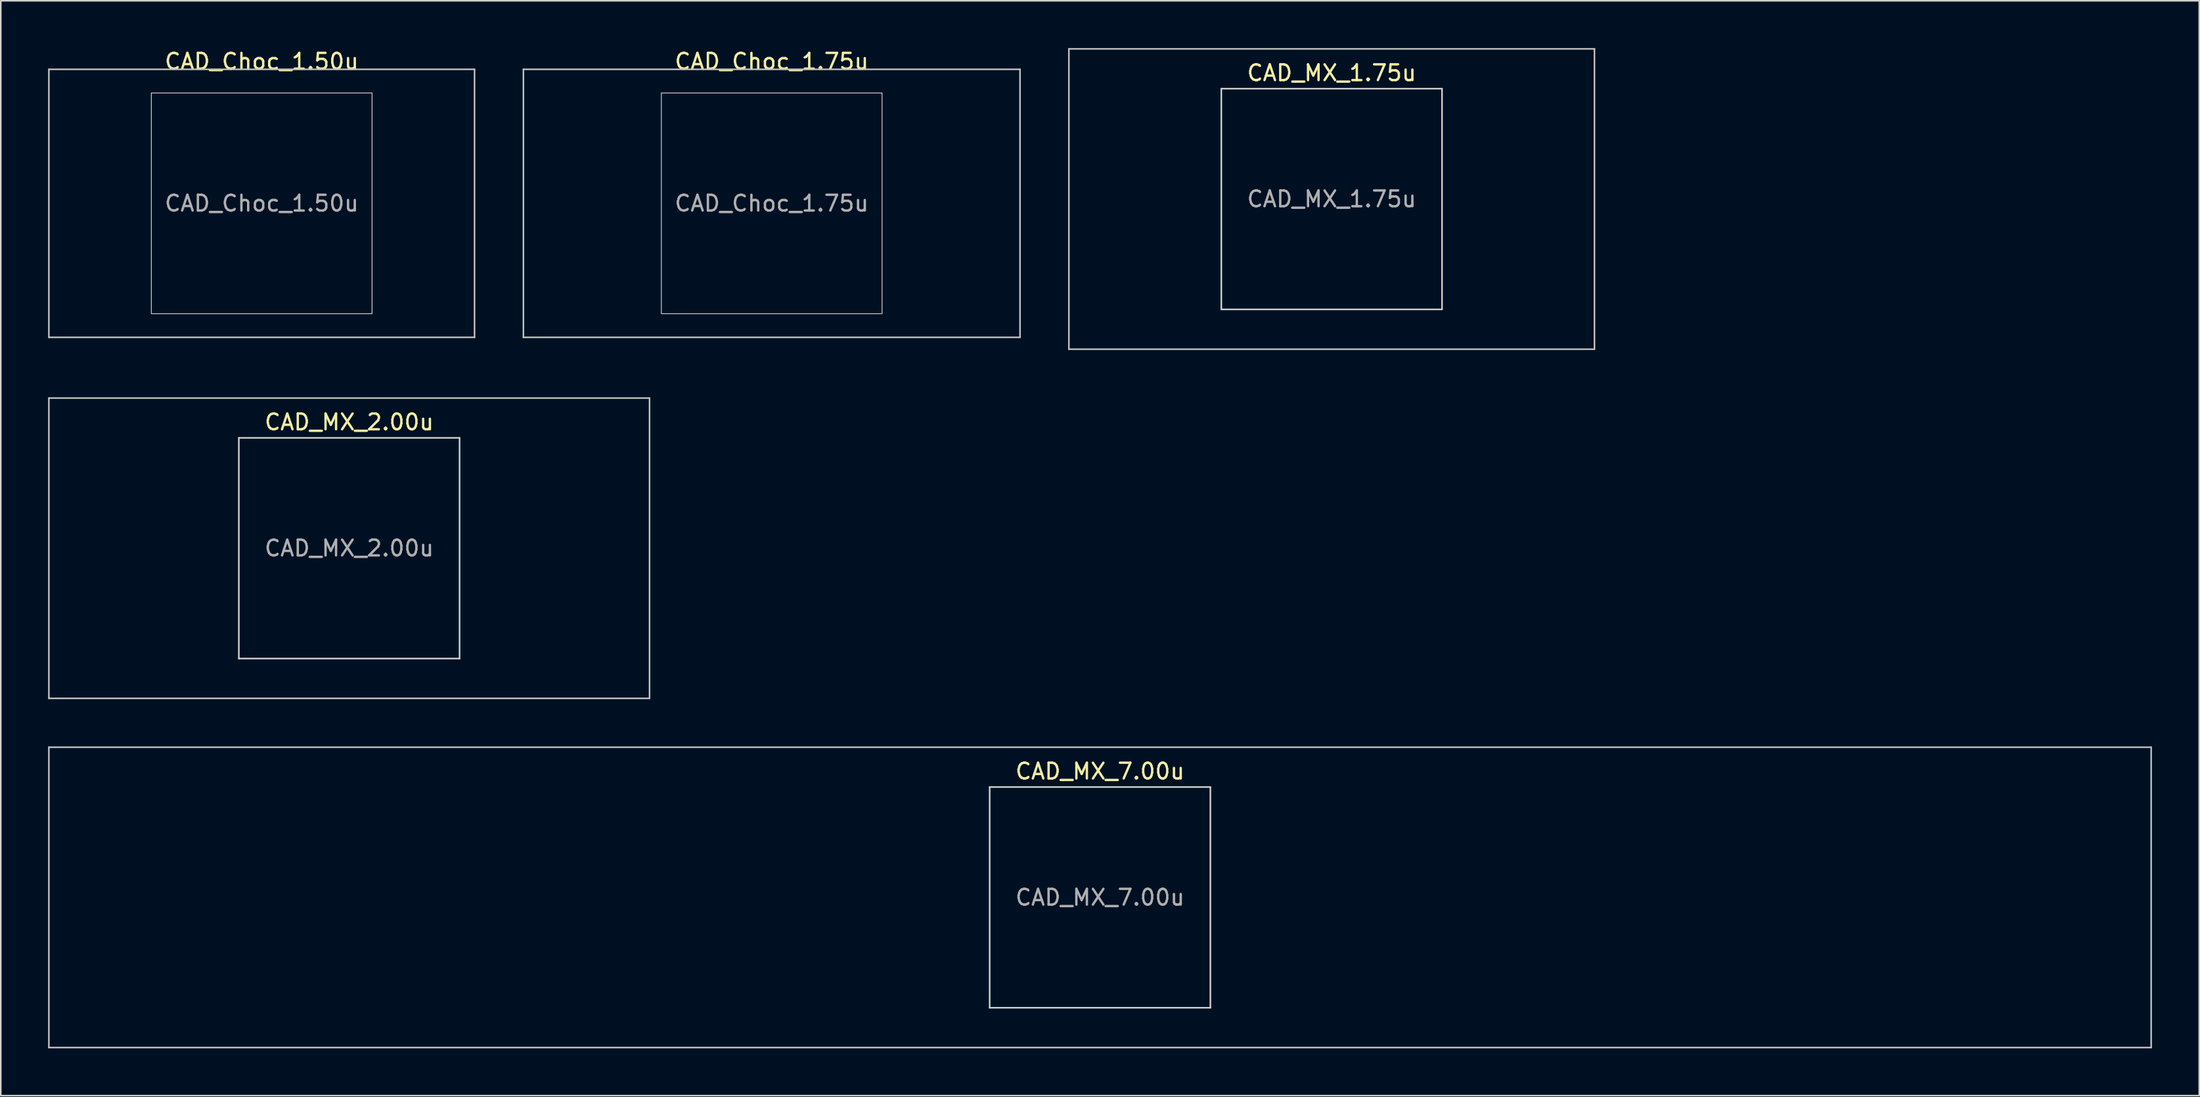
<source format=kicad_pcb>
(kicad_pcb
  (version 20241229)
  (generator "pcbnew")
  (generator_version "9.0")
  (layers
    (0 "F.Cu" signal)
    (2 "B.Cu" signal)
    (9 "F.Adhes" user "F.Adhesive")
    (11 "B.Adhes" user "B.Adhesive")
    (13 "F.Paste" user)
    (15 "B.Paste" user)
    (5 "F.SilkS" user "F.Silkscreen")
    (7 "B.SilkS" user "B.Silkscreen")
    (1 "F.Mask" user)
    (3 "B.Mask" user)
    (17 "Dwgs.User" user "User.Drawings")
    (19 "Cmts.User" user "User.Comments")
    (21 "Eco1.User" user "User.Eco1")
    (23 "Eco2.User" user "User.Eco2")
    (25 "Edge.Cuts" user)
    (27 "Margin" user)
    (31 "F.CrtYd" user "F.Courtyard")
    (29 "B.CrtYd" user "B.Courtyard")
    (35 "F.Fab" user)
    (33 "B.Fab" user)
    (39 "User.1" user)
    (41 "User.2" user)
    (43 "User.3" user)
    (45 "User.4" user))
  (footprint "CAD_MX_1.75u"
    (layer "F.Cu")
    (at 81.419 9.575)
    (property "Reference" "CAD_MX_1.75u" (at 0 -8 0) (layer "F.SilkS") (effects (font (size 1 1) (thickness 0.15))))
    (attr through_hole)
    (fp_line (start -16.669 -9.525) (end -16.669 9.525) (stroke (width 0.1) (type solid)) (layer "Dwgs.User"))
    (fp_line (start -16.669 9.525) (end 16.669 9.525) (stroke (width 0.1) (type solid)) (layer "Dwgs.User"))
    (fp_line (start 16.669 -9.525) (end -16.669 -9.525) (stroke (width 0.1) (type solid)) (layer "Dwgs.User"))
    (fp_line (start 16.669 9.525) (end 16.669 -9.525) (stroke (width 0.1) (type solid)) (layer "Dwgs.User"))
    (fp_line (start -7 -7) (end -7 7) (stroke (width 0.1) (type solid)) (layer "Edge.Cuts"))
    (fp_line (start -7 7) (end 7 7) (stroke (width 0.1) (type solid)) (layer "Edge.Cuts"))
    (fp_line (start 7 -7) (end -7 -7) (stroke (width 0.1) (type solid)) (layer "Edge.Cuts"))
    (fp_line (start 7 7) (end 7 -7) (stroke (width 0.1) (type solid)) (layer "Edge.Cuts"))
    (fp_text user "${REFERENCE}" (at 0 0 0) (layer "F.Fab") (effects (font (size 1 1) (thickness 0.15)))))
  (footprint "CAD_MX_2.00u"
    (layer "F.Cu")
    (at 19.1 31.725)
    (property "Reference" "CAD_MX_2.00u" (at 0 -8 0) (layer "F.SilkS") (effects (font (size 1 1) (thickness 0.15))))
    (attr through_hole)
    (fp_line (start -19.05 -9.525) (end -19.05 9.525) (stroke (width 0.1) (type solid)) (layer "Dwgs.User"))
    (fp_line (start -19.05 9.525) (end 19.05 9.525) (stroke (width 0.1) (type solid)) (layer "Dwgs.User"))
    (fp_line (start 19.05 -9.525) (end -19.05 -9.525) (stroke (width 0.1) (type solid)) (layer "Dwgs.User"))
    (fp_line (start 19.05 9.525) (end 19.05 -9.525) (stroke (width 0.1) (type solid)) (layer "Dwgs.User"))
    (fp_line (start -7 -7) (end -7 7) (stroke (width 0.1) (type solid)) (layer "Edge.Cuts"))
    (fp_line (start -7 7) (end 7 7) (stroke (width 0.1) (type solid)) (layer "Edge.Cuts"))
    (fp_line (start 7 -7) (end -7 -7) (stroke (width 0.1) (type solid)) (layer "Edge.Cuts"))
    (fp_line (start 7 7) (end 7 -7) (stroke (width 0.1) (type solid)) (layer "Edge.Cuts"))
    (fp_text user "${REFERENCE}" (at 0 0 0) (layer "F.Fab") (effects (font (size 1 1) (thickness 0.15)))))
  (footprint "CAD_MX_7.00u"
    (layer "F.Cu")
    (at 66.725 53.875)
    (property "Reference" "CAD_MX_7.00u" (at 0 -8 0) (layer "F.SilkS") (effects (font (size 1 1) (thickness 0.15))))
    (attr through_hole)
    (fp_line (start -66.675 -9.525) (end -66.675 9.525) (stroke (width 0.1) (type solid)) (layer "Dwgs.User"))
    (fp_line (start -66.675 9.525) (end 66.675 9.525) (stroke (width 0.1) (type solid)) (layer "Dwgs.User"))
    (fp_line (start 66.675 -9.525) (end -66.675 -9.525) (stroke (width 0.1) (type solid)) (layer "Dwgs.User"))
    (fp_line (start 66.675 9.525) (end 66.675 -9.525) (stroke (width 0.1) (type solid)) (layer "Dwgs.User"))
    (fp_line (start -7 -7) (end -7 7) (stroke (width 0.1) (type solid)) (layer "Edge.Cuts"))
    (fp_line (start -7 7) (end 7 7) (stroke (width 0.1) (type solid)) (layer "Edge.Cuts"))
    (fp_line (start 7 -7) (end -7 -7) (stroke (width 0.1) (type solid)) (layer "Edge.Cuts"))
    (fp_line (start 7 7) (end 7 -7) (stroke (width 0.1) (type solid)) (layer "Edge.Cuts"))
    (fp_text user "${REFERENCE}" (at 0 0 0) (layer "F.Fab") (effects (font (size 1 1) (thickness 0.15)))))
  (footprint "CAD_Choc_1.75u"
    (layer "F.Cu")
    (at 45.9 9.848)
    (property "Reference" "CAD_Choc_1.75u" (at 0 -9 0) (layer "F.SilkS") (effects (font (size 1 1) (thickness 0.15))))
    (attr through_hole)
    (fp_line (start -15.75 -8.5) (end -15.75 8.5) (stroke (width 0.1) (type solid)) (layer "Dwgs.User"))
    (fp_line (start -15.75 8.5) (end 15.75 8.5) (stroke (width 0.1) (type solid)) (layer "Dwgs.User"))
    (fp_line (start 15.75 -8.5) (end -15.75 -8.5) (stroke (width 0.1) (type solid)) (layer "Dwgs.User"))
    (fp_line (start 15.75 8.5) (end 15.75 -8.5) (stroke (width 0.1) (type solid)) (layer "Dwgs.User"))
    (fp_rect (start -7 -7) (end 7 7) (stroke (width 0.05) (type default)) (fill no) (layer "Edge.Cuts"))
    (fp_text user "${REFERENCE}" (at 0 0 0) (layer "F.Fab") (effects (font (size 1 1) (thickness 0.15)))))
  (footprint "CAD_Choc_1.50u"
    (layer "F.Cu")
    (at 13.55 9.848)
    (property "Reference" "CAD_Choc_1.50u" (at 0 -9 0) (layer "F.SilkS") (effects (font (size 1 1) (thickness 0.15))))
    (attr through_hole)
    (fp_line (start -13.5 -8.5) (end -13.5 8.5) (stroke (width 0.1) (type solid)) (layer "Dwgs.User"))
    (fp_line (start -13.5 8.5) (end 13.5 8.5) (stroke (width 0.1) (type solid)) (layer "Dwgs.User"))
    (fp_line (start 13.5 -8.5) (end -13.5 -8.5) (stroke (width 0.1) (type solid)) (layer "Dwgs.User"))
    (fp_line (start 13.5 8.5) (end 13.5 -8.5) (stroke (width 0.1) (type solid)) (layer "Dwgs.User"))
    (fp_rect (start -7 -7) (end 7 7) (stroke (width 0.05) (type default)) (fill no) (layer "Edge.Cuts"))
    (fp_text user "${REFERENCE}" (at 0 0 0) (layer "F.Fab") (effects (font (size 1 1) (thickness 0.15)))))
  (gr_rect
    (start -3 -3)
    (end 136.45 66.45)
    (stroke (width 0.1) (type default))
    (fill no)
    (layer "Edge.Cuts")))
</source>
